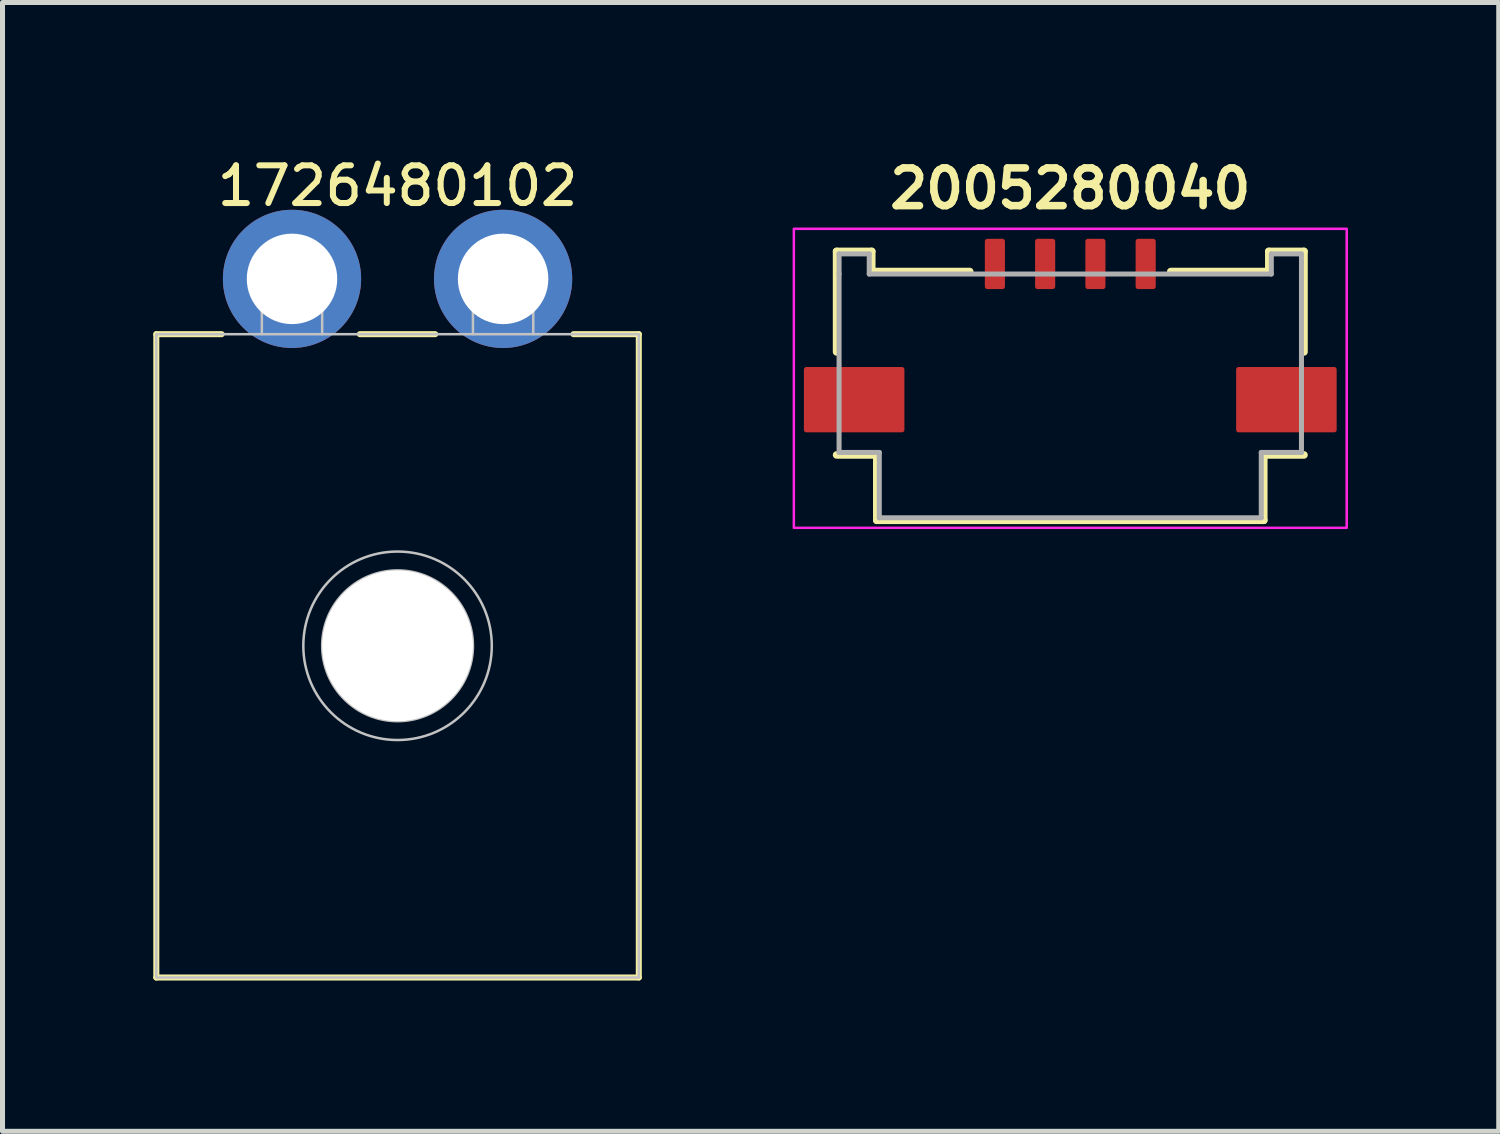
<source format=kicad_pcb>
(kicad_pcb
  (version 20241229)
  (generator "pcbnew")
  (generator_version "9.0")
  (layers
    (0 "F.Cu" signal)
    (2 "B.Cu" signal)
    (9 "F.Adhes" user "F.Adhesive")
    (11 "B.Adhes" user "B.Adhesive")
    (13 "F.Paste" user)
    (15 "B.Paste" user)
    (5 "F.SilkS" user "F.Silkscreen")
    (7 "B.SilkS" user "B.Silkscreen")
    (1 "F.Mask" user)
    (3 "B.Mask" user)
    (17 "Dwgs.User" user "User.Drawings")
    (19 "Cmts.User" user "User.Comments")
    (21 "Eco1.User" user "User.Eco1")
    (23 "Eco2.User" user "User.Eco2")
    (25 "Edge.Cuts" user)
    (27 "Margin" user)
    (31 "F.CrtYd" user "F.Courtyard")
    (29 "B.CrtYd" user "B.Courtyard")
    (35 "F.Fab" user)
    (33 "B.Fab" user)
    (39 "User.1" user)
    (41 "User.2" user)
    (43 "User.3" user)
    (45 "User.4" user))
  (footprint "1726480102"
    (layer "F.Cu")
    (at 4.86 6.149)
    (property "Reference" "1726480102" (at 0 -5.5 0) (unlocked yes) (layer "F.SilkS") (effects (font (size 0.75 0.75) (thickness 0.12))))
    (attr through_hole)
    (fp_line (start -4.8 -2.55) (end -4.8 10.25) (stroke (width 0.12) (type default)) (layer "F.SilkS"))
    (fp_line (start -4.8 10.25) (end 4.8 10.25) (stroke (width 0.12) (type default)) (layer "F.SilkS"))
    (fp_line (start -3.5 -2.55) (end -4.8 -2.55) (stroke (width 0.12) (type default)) (layer "F.SilkS"))
    (fp_line (start -0.75 -2.55) (end 0.75 -2.55) (stroke (width 0.12) (type default)) (layer "F.SilkS"))
    (fp_line (start 4.8 -2.55) (end 3.5 -2.55) (stroke (width 0.12) (type default)) (layer "F.SilkS"))
    (fp_line (start 4.8 10.25) (end 4.8 -2.55) (stroke (width 0.12) (type default)) (layer "F.SilkS"))
    (fp_line (start -2.7 -3.05) (end -2.7 -2.55) (stroke (width 0.05) (type default)) (layer "Dwgs.User"))
    (fp_line (start -1.5 -3.05) (end -1.5 -2.55) (stroke (width 0.05) (type default)) (layer "Dwgs.User"))
    (fp_line (start 1.5 -3.05) (end 1.5 -2.55) (stroke (width 0.05) (type default)) (layer "Dwgs.User"))
    (fp_line (start 2.7 -3.05) (end 2.7 -2.55) (stroke (width 0.05) (type default)) (layer "Dwgs.User"))
    (fp_rect (start -4.8 -2.55) (end 4.8 10.25) (stroke (width 0.05) (type default)) (fill no) (layer "Dwgs.User"))
    (fp_rect (start -2.7 -4.25) (end -1.5 -3.05) (stroke (width 0.05) (type default)) (fill no) (layer "Dwgs.User"))
    (fp_rect (start 1.5 -4.25) (end 2.7 -3.05) (stroke (width 0.05) (type default)) (fill no) (layer "Dwgs.User"))
    (fp_circle (center 0 3.65) (end 1.5 3.65) (stroke (width 0.05) (type default)) (fill no) (layer "Dwgs.User"))
    (fp_circle (center 0 3.65) (end 1.875 3.65) (stroke (width 0.05) (type default)) (fill no) (layer "Dwgs.User"))
    (pad "" np_thru_hole circle (at 0 3.65) (size 3 3) (drill 3) (layers "*.Cu" "*.Mask"))
    (pad "1" thru_hole circle (at -2.1 -3.65) (size 2.75 2.75) (drill 1.8) (layers "*.Cu" "*.Mask"))
    (pad "2" thru_hole circle (at 2.1 -3.65) (size 2.75 2.75) (drill 1.8) (layers "*.Cu" "*.Mask")))
  (footprint "2005280040"
    (layer "F.Cu")
    (at 18.245 2.202)
    (property "Reference" "2005280040" (at 0 -1.5 0) (unlocked yes) (layer "F.SilkS") (effects (font (size 0.75 0.75) (thickness 0.15) (bold yes))))
    (attr smd)
    (fp_line (start -4.65 -0.25) (end -4.65 1.75) (stroke (width 0.15) (type solid)) (layer "F.SilkS"))
    (fp_line (start -4.65 -0.25) (end -3.95 -0.25) (stroke (width 0.15) (type solid)) (layer "F.SilkS"))
    (fp_line (start -4.65 3.8) (end -3.85 3.8) (stroke (width 0.15) (type solid)) (layer "F.SilkS"))
    (fp_line (start -3.95 -0.25) (end -3.95 0.15) (stroke (width 0.15) (type solid)) (layer "F.SilkS"))
    (fp_line (start -3.95 0.15) (end -2 0.15) (stroke (width 0.15) (type solid)) (layer "F.SilkS"))
    (fp_line (start -3.85 3.8) (end -3.85 5.1) (stroke (width 0.15) (type solid)) (layer "F.SilkS"))
    (fp_line (start -3.85 5.1) (end 3.85 5.1) (stroke (width 0.15) (type solid)) (layer "F.SilkS"))
    (fp_line (start 2 0.15) (end 3.95 0.15) (stroke (width 0.15) (type solid)) (layer "F.SilkS"))
    (fp_line (start 3.85 3.8) (end 4.65 3.8) (stroke (width 0.15) (type solid)) (layer "F.SilkS"))
    (fp_line (start 3.85 5.1) (end 3.85 3.8) (stroke (width 0.15) (type solid)) (layer "F.SilkS"))
    (fp_line (start 3.95 -0.25) (end 4.65 -0.25) (stroke (width 0.15) (type solid)) (layer "F.SilkS"))
    (fp_line (start 3.95 0.15) (end 3.95 -0.25) (stroke (width 0.15) (type solid)) (layer "F.SilkS"))
    (fp_line (start 4.65 -0.25) (end 4.65 1.75) (stroke (width 0.15) (type solid)) (layer "F.SilkS"))
    (fp_rect (start -5.5 -0.7) (end 5.5 5.25) (stroke (width 0.05) (type default)) (fill no) (layer "F.CrtYd"))
    (fp_line (start -4.6 -0.2) (end -4.6 0.2) (stroke (width 0.1) (type default)) (layer "F.Fab"))
    (fp_line (start -4.6 0.2) (end -4.6 3.75) (stroke (width 0.1) (type solid)) (layer "F.Fab"))
    (fp_line (start -4.6 3.75) (end -3.8 3.75) (stroke (width 0.1) (type default)) (layer "F.Fab"))
    (fp_line (start -4 -0.2) (end -4.6 -0.2) (stroke (width 0.1) (type default)) (layer "F.Fab"))
    (fp_line (start -4 0.2) (end -4 -0.2) (stroke (width 0.1) (type default)) (layer "F.Fab"))
    (fp_line (start -3.8 3.75) (end -3.8 5.05) (stroke (width 0.1) (type default)) (layer "F.Fab"))
    (fp_line (start 3.8 3.75) (end 3.8 5.05) (stroke (width 0.1) (type default)) (layer "F.Fab"))
    (fp_line (start 3.8 5.05) (end -3.8 5.05) (stroke (width 0.1) (type default)) (layer "F.Fab"))
    (fp_line (start 4 -0.2) (end 4 0.2) (stroke (width 0.1) (type default)) (layer "F.Fab"))
    (fp_line (start 4 0.2) (end -4 0.2) (stroke (width 0.1) (type default)) (layer "F.Fab"))
    (fp_line (start 4.6 -0.2) (end 4 -0.2) (stroke (width 0.1) (type default)) (layer "F.Fab"))
    (fp_line (start 4.6 0.2) (end 4.6 -0.2) (stroke (width 0.1) (type default)) (layer "F.Fab"))
    (fp_line (start 4.6 0.2) (end 4.6 3.75) (stroke (width 0.1) (type solid)) (layer "F.Fab"))
    (fp_line (start 4.6 3.75) (end 3.8 3.75) (stroke (width 0.1) (type default)) (layer "F.Fab"))
    (pad "" smd roundrect (at -4.3 2.7) (size 2 1.3) (layers "F.Cu" "F.Mask" "F.Paste") (roundrect_rratio 0.038))
    (pad "" smd roundrect (at 4.3 2.7) (size 2 1.3) (layers "F.Cu" "F.Mask" "F.Paste") (roundrect_rratio 0.038))
    (pad "1" smd roundrect (at -1.5 0) (size 0.4 1) (layers "F.Cu" "F.Mask" "F.Paste") (roundrect_rratio 0.125))
    (pad "2" smd roundrect (at -0.5 0) (size 0.4 1) (layers "F.Cu" "F.Mask" "F.Paste") (roundrect_rratio 0.125))
    (pad "3" smd roundrect (at 0.5 0) (size 0.4 1) (layers "F.Cu" "F.Mask" "F.Paste") (roundrect_rratio 0.125))
    (pad "4" smd roundrect (at 1.5 0) (size 0.4 1) (layers "F.Cu" "F.Mask" "F.Paste") (roundrect_rratio 0.125)))
  (gr_rect
    (start -3 -3)
    (end 26.77 19.459)
    (stroke (width 0.1) (type default))
    (fill no)
    (layer "Edge.Cuts")))
</source>
